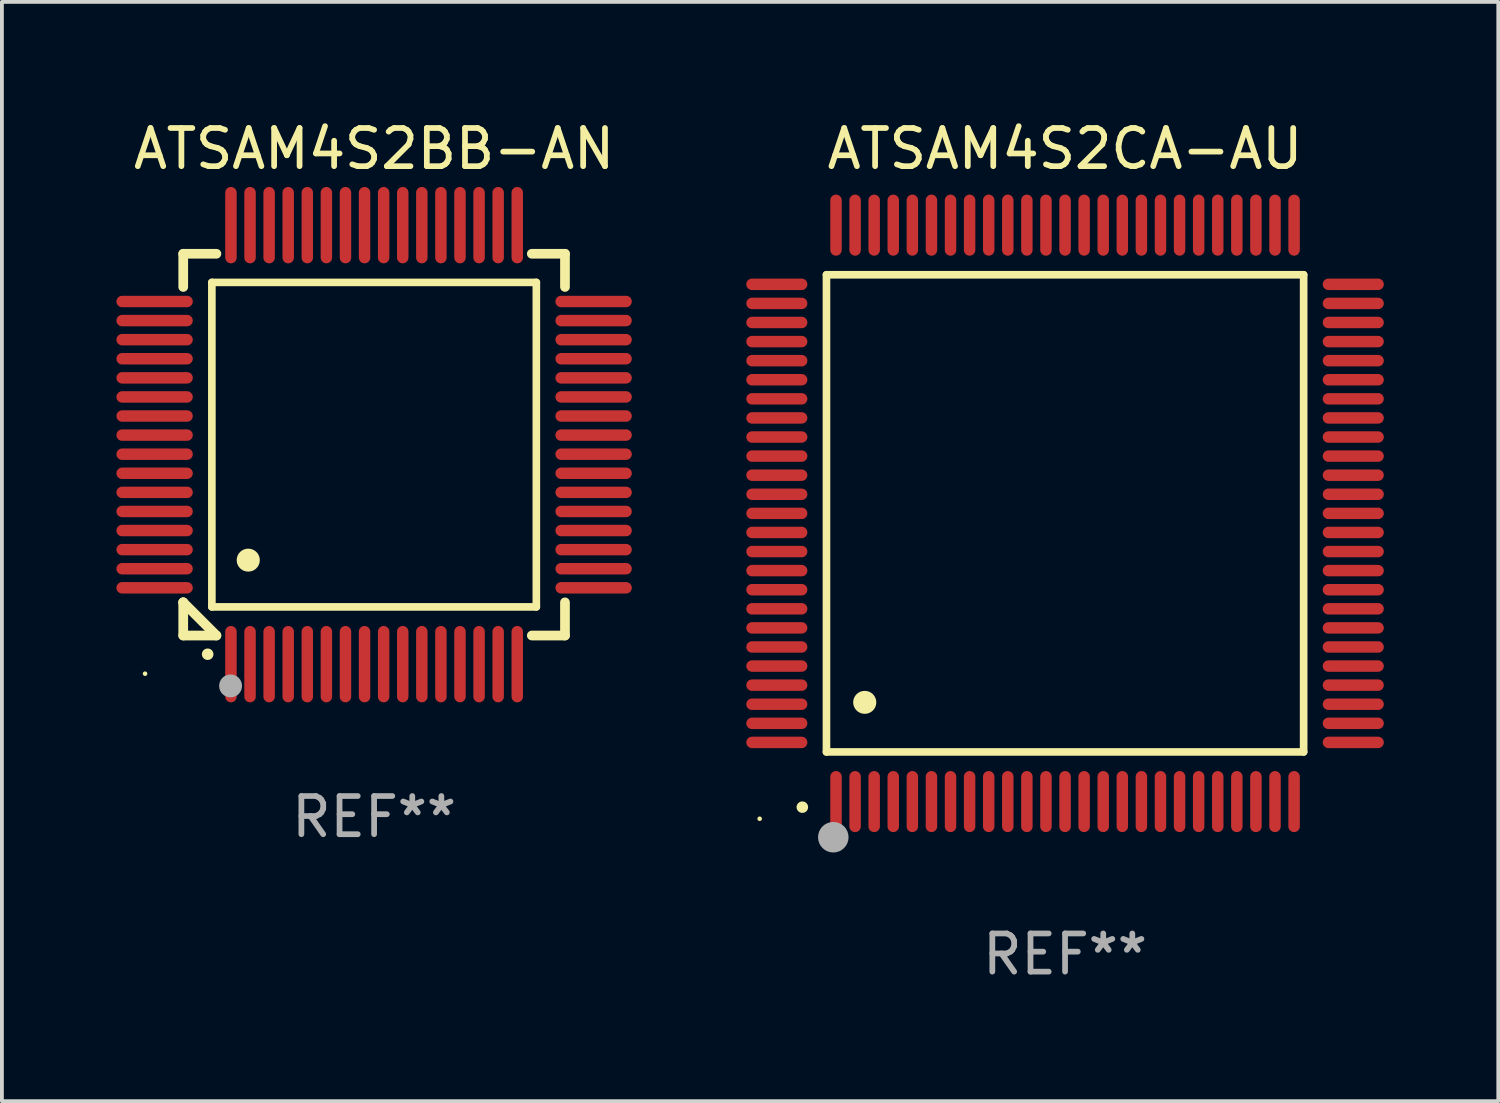
<source format=kicad_pcb>
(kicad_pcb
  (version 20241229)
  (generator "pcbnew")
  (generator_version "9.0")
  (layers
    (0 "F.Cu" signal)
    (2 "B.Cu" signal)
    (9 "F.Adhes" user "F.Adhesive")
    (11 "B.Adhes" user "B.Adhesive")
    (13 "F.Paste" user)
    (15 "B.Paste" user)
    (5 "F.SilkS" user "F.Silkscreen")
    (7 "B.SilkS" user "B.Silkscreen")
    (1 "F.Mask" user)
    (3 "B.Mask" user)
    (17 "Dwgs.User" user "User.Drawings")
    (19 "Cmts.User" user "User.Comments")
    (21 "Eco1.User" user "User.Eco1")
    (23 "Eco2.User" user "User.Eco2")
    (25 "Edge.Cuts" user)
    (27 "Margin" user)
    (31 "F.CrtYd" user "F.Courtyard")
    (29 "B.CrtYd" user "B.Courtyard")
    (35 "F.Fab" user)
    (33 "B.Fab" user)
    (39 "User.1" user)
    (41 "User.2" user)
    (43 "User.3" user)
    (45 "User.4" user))
  (footprint "ATSAM4S2CA-AU"
    (layer "F.Cu")
    (at 24.85 10.398)
    (property "Reference" "ATSAM4S2CA-AU" (at 0 -9.55 0) (layer "F.SilkS") (effects (font (size 1 1) (thickness 0.15))))
    (attr through_hole)
    (fp_line (start -6.25 -6.25) (end -6.25 6.25) (stroke (width 0.2) (type solid)) (layer "F.SilkS"))
    (fp_line (start -6.25 6.25) (end 6.25 6.25) (stroke (width 0.2) (type solid)) (layer "F.SilkS"))
    (fp_line (start 6.25 -6.25) (end -6.25 -6.25) (stroke (width 0.2) (type solid)) (layer "F.SilkS"))
    (fp_line (start 6.25 6.25) (end 6.25 -6.25) (stroke (width 0.2) (type solid)) (layer "F.SilkS"))
    (fp_arc (start -6.883414 7.696215) (mid -6.882144 7.69621) (end -6.880874 7.696215) (stroke (width 0.3) (type solid)) (layer "F.SilkS"))
    (fp_arc (start -5.250191 4.95047) (mid -5.247651 4.950459) (end -5.245111 4.95047) (stroke (width 0.6) (type solid)) (layer "F.SilkS"))
    (fp_circle (center -8 8) (end -7.97 8) (stroke (width 0.06) (type solid)) (fill no) (layer "F.SilkS"))
    (fp_circle (center -6.071 8.484) (end -5.871 8.484) (stroke (width 0.4) (type solid)) (fill no) (layer "F.Fab"))
    (fp_text user "REF**" (at 0 11.55 0) (layer "F.Fab") (effects (font (size 1 1) (thickness 0.15))))
    (pad "1" smd oval (at -6 7.55) (size 0.3 1.6) (layers "F.Cu" "F.Mask" "F.Paste"))
    (pad "2" smd oval (at -5.5 7.55) (size 0.3 1.6) (layers "F.Cu" "F.Mask" "F.Paste"))
    (pad "3" smd oval (at -5 7.55) (size 0.3 1.6) (layers "F.Cu" "F.Mask" "F.Paste"))
    (pad "4" smd oval (at -4.5 7.55) (size 0.3 1.6) (layers "F.Cu" "F.Mask" "F.Paste"))
    (pad "5" smd oval (at -4 7.55) (size 0.3 1.6) (layers "F.Cu" "F.Mask" "F.Paste"))
    (pad "6" smd oval (at -3.5 7.55) (size 0.3 1.6) (layers "F.Cu" "F.Mask" "F.Paste"))
    (pad "7" smd oval (at -3 7.55) (size 0.3 1.6) (layers "F.Cu" "F.Mask" "F.Paste"))
    (pad "8" smd oval (at -2.5 7.55) (size 0.3 1.6) (layers "F.Cu" "F.Mask" "F.Paste"))
    (pad "9" smd oval (at -2 7.55) (size 0.3 1.6) (layers "F.Cu" "F.Mask" "F.Paste"))
    (pad "10" smd oval (at -1.5 7.55) (size 0.3 1.6) (layers "F.Cu" "F.Mask" "F.Paste"))
    (pad "11" smd oval (at -1 7.55) (size 0.3 1.6) (layers "F.Cu" "F.Mask" "F.Paste"))
    (pad "12" smd oval (at -0.5 7.55) (size 0.3 1.6) (layers "F.Cu" "F.Mask" "F.Paste"))
    (pad "13" smd oval (at 0 7.55) (size 0.3 1.6) (layers "F.Cu" "F.Mask" "F.Paste"))
    (pad "14" smd oval (at 0.5 7.55) (size 0.3 1.6) (layers "F.Cu" "F.Mask" "F.Paste"))
    (pad "15" smd oval (at 1 7.55) (size 0.3 1.6) (layers "F.Cu" "F.Mask" "F.Paste"))
    (pad "16" smd oval (at 1.5 7.55) (size 0.3 1.6) (layers "F.Cu" "F.Mask" "F.Paste"))
    (pad "17" smd oval (at 2 7.55) (size 0.3 1.6) (layers "F.Cu" "F.Mask" "F.Paste"))
    (pad "18" smd oval (at 2.5 7.55) (size 0.3 1.6) (layers "F.Cu" "F.Mask" "F.Paste"))
    (pad "19" smd oval (at 3 7.55) (size 0.3 1.6) (layers "F.Cu" "F.Mask" "F.Paste"))
    (pad "20" smd oval (at 3.5 7.55) (size 0.3 1.6) (layers "F.Cu" "F.Mask" "F.Paste"))
    (pad "21" smd oval (at 4 7.55) (size 0.3 1.6) (layers "F.Cu" "F.Mask" "F.Paste"))
    (pad "22" smd oval (at 4.5 7.55) (size 0.3 1.6) (layers "F.Cu" "F.Mask" "F.Paste"))
    (pad "23" smd oval (at 5 7.55) (size 0.3 1.6) (layers "F.Cu" "F.Mask" "F.Paste"))
    (pad "24" smd oval (at 5.5 7.55) (size 0.3 1.6) (layers "F.Cu" "F.Mask" "F.Paste"))
    (pad "25" smd oval (at 6 7.55) (size 0.3 1.6) (layers "F.Cu" "F.Mask" "F.Paste"))
    (pad "26" smd oval (at 7.55 6) (size 1.6 0.3) (layers "F.Cu" "F.Mask" "F.Paste"))
    (pad "27" smd oval (at 7.55 5.5) (size 1.6 0.3) (layers "F.Cu" "F.Mask" "F.Paste"))
    (pad "28" smd oval (at 7.55 5) (size 1.6 0.3) (layers "F.Cu" "F.Mask" "F.Paste"))
    (pad "29" smd oval (at 7.55 4.5) (size 1.6 0.3) (layers "F.Cu" "F.Mask" "F.Paste"))
    (pad "30" smd oval (at 7.55 4) (size 1.6 0.3) (layers "F.Cu" "F.Mask" "F.Paste"))
    (pad "31" smd oval (at 7.55 3.5) (size 1.6 0.3) (layers "F.Cu" "F.Mask" "F.Paste"))
    (pad "32" smd oval (at 7.55 3) (size 1.6 0.3) (layers "F.Cu" "F.Mask" "F.Paste"))
    (pad "33" smd oval (at 7.55 2.5) (size 1.6 0.3) (layers "F.Cu" "F.Mask" "F.Paste"))
    (pad "34" smd oval (at 7.55 2) (size 1.6 0.3) (layers "F.Cu" "F.Mask" "F.Paste"))
    (pad "35" smd oval (at 7.55 1.5) (size 1.6 0.3) (layers "F.Cu" "F.Mask" "F.Paste"))
    (pad "36" smd oval (at 7.55 1) (size 1.6 0.3) (layers "F.Cu" "F.Mask" "F.Paste"))
    (pad "37" smd oval (at 7.55 0.5) (size 1.6 0.3) (layers "F.Cu" "F.Mask" "F.Paste"))
    (pad "38" smd oval (at 7.55 0) (size 1.6 0.3) (layers "F.Cu" "F.Mask" "F.Paste"))
    (pad "39" smd oval (at 7.55 -0.5) (size 1.6 0.3) (layers "F.Cu" "F.Mask" "F.Paste"))
    (pad "40" smd oval (at 7.55 -1) (size 1.6 0.3) (layers "F.Cu" "F.Mask" "F.Paste"))
    (pad "41" smd oval (at 7.55 -1.5) (size 1.6 0.3) (layers "F.Cu" "F.Mask" "F.Paste"))
    (pad "42" smd oval (at 7.55 -2) (size 1.6 0.3) (layers "F.Cu" "F.Mask" "F.Paste"))
    (pad "43" smd oval (at 7.55 -2.5) (size 1.6 0.3) (layers "F.Cu" "F.Mask" "F.Paste"))
    (pad "44" smd oval (at 7.55 -3) (size 1.6 0.3) (layers "F.Cu" "F.Mask" "F.Paste"))
    (pad "45" smd oval (at 7.55 -3.5) (size 1.6 0.3) (layers "F.Cu" "F.Mask" "F.Paste"))
    (pad "46" smd oval (at 7.55 -4) (size 1.6 0.3) (layers "F.Cu" "F.Mask" "F.Paste"))
    (pad "47" smd oval (at 7.55 -4.5) (size 1.6 0.3) (layers "F.Cu" "F.Mask" "F.Paste"))
    (pad "48" smd oval (at 7.55 -5) (size 1.6 0.3) (layers "F.Cu" "F.Mask" "F.Paste"))
    (pad "49" smd oval (at 7.55 -5.5) (size 1.6 0.3) (layers "F.Cu" "F.Mask" "F.Paste"))
    (pad "50" smd oval (at 7.55 -6) (size 1.6 0.3) (layers "F.Cu" "F.Mask" "F.Paste"))
    (pad "51" smd oval (at 6 -7.55) (size 0.3 1.6) (layers "F.Cu" "F.Mask" "F.Paste"))
    (pad "52" smd oval (at 5.5 -7.55) (size 0.3 1.6) (layers "F.Cu" "F.Mask" "F.Paste"))
    (pad "53" smd oval (at 5 -7.55) (size 0.3 1.6) (layers "F.Cu" "F.Mask" "F.Paste"))
    (pad "54" smd oval (at 4.5 -7.55) (size 0.3 1.6) (layers "F.Cu" "F.Mask" "F.Paste"))
    (pad "55" smd oval (at 4 -7.55) (size 0.3 1.6) (layers "F.Cu" "F.Mask" "F.Paste"))
    (pad "56" smd oval (at 3.5 -7.55) (size 0.3 1.6) (layers "F.Cu" "F.Mask" "F.Paste"))
    (pad "57" smd oval (at 3 -7.55) (size 0.3 1.6) (layers "F.Cu" "F.Mask" "F.Paste"))
    (pad "58" smd oval (at 2.5 -7.55) (size 0.3 1.6) (layers "F.Cu" "F.Mask" "F.Paste"))
    (pad "59" smd oval (at 2 -7.55) (size 0.3 1.6) (layers "F.Cu" "F.Mask" "F.Paste"))
    (pad "60" smd oval (at 1.5 -7.55) (size 0.3 1.6) (layers "F.Cu" "F.Mask" "F.Paste"))
    (pad "61" smd oval (at 1 -7.55) (size 0.3 1.6) (layers "F.Cu" "F.Mask" "F.Paste"))
    (pad "62" smd oval (at 0.5 -7.55) (size 0.3 1.6) (layers "F.Cu" "F.Mask" "F.Paste"))
    (pad "63" smd oval (at 0 -7.55) (size 0.3 1.6) (layers "F.Cu" "F.Mask" "F.Paste"))
    (pad "64" smd oval (at -0.5 -7.55) (size 0.3 1.6) (layers "F.Cu" "F.Mask" "F.Paste"))
    (pad "65" smd oval (at -1 -7.55) (size 0.3 1.6) (layers "F.Cu" "F.Mask" "F.Paste"))
    (pad "66" smd oval (at -1.5 -7.55) (size 0.3 1.6) (layers "F.Cu" "F.Mask" "F.Paste"))
    (pad "67" smd oval (at -2 -7.55) (size 0.3 1.6) (layers "F.Cu" "F.Mask" "F.Paste"))
    (pad "68" smd oval (at -2.5 -7.55) (size 0.3 1.6) (layers "F.Cu" "F.Mask" "F.Paste"))
    (pad "69" smd oval (at -3 -7.55) (size 0.3 1.6) (layers "F.Cu" "F.Mask" "F.Paste"))
    (pad "70" smd oval (at -3.5 -7.55) (size 0.3 1.6) (layers "F.Cu" "F.Mask" "F.Paste"))
    (pad "71" smd oval (at -4 -7.55) (size 0.3 1.6) (layers "F.Cu" "F.Mask" "F.Paste"))
    (pad "72" smd oval (at -4.5 -7.55) (size 0.3 1.6) (layers "F.Cu" "F.Mask" "F.Paste"))
    (pad "73" smd oval (at -5 -7.55) (size 0.3 1.6) (layers "F.Cu" "F.Mask" "F.Paste"))
    (pad "74" smd oval (at -5.5 -7.55) (size 0.3 1.6) (layers "F.Cu" "F.Mask" "F.Paste"))
    (pad "75" smd oval (at -6 -7.55) (size 0.3 1.6) (layers "F.Cu" "F.Mask" "F.Paste"))
    (pad "76" smd oval (at -7.55 -6) (size 1.6 0.3) (layers "F.Cu" "F.Mask" "F.Paste"))
    (pad "77" smd oval (at -7.55 -5.5) (size 1.6 0.3) (layers "F.Cu" "F.Mask" "F.Paste"))
    (pad "78" smd oval (at -7.55 -5) (size 1.6 0.3) (layers "F.Cu" "F.Mask" "F.Paste"))
    (pad "79" smd oval (at -7.55 -4.5) (size 1.6 0.3) (layers "F.Cu" "F.Mask" "F.Paste"))
    (pad "80" smd oval (at -7.55 -4) (size 1.6 0.3) (layers "F.Cu" "F.Mask" "F.Paste"))
    (pad "81" smd oval (at -7.55 -3.5) (size 1.6 0.3) (layers "F.Cu" "F.Mask" "F.Paste"))
    (pad "82" smd oval (at -7.55 -3) (size 1.6 0.3) (layers "F.Cu" "F.Mask" "F.Paste"))
    (pad "83" smd oval (at -7.55 -2.5) (size 1.6 0.3) (layers "F.Cu" "F.Mask" "F.Paste"))
    (pad "84" smd oval (at -7.55 -2) (size 1.6 0.3) (layers "F.Cu" "F.Mask" "F.Paste"))
    (pad "85" smd oval (at -7.55 -1.5) (size 1.6 0.3) (layers "F.Cu" "F.Mask" "F.Paste"))
    (pad "86" smd oval (at -7.55 -1) (size 1.6 0.3) (layers "F.Cu" "F.Mask" "F.Paste"))
    (pad "87" smd oval (at -7.55 -0.5) (size 1.6 0.3) (layers "F.Cu" "F.Mask" "F.Paste"))
    (pad "88" smd oval (at -7.55 0) (size 1.6 0.3) (layers "F.Cu" "F.Mask" "F.Paste"))
    (pad "89" smd oval (at -7.55 0.5) (size 1.6 0.3) (layers "F.Cu" "F.Mask" "F.Paste"))
    (pad "90" smd oval (at -7.55 1) (size 1.6 0.3) (layers "F.Cu" "F.Mask" "F.Paste"))
    (pad "91" smd oval (at -7.55 1.5) (size 1.6 0.3) (layers "F.Cu" "F.Mask" "F.Paste"))
    (pad "92" smd oval (at -7.55 2) (size 1.6 0.3) (layers "F.Cu" "F.Mask" "F.Paste"))
    (pad "93" smd oval (at -7.55 2.5) (size 1.6 0.3) (layers "F.Cu" "F.Mask" "F.Paste"))
    (pad "94" smd oval (at -7.55 3) (size 1.6 0.3) (layers "F.Cu" "F.Mask" "F.Paste"))
    (pad "95" smd oval (at -7.55 3.5) (size 1.6 0.3) (layers "F.Cu" "F.Mask" "F.Paste"))
    (pad "96" smd oval (at -7.55 4) (size 1.6 0.3) (layers "F.Cu" "F.Mask" "F.Paste"))
    (pad "97" smd oval (at -7.55 4.5) (size 1.6 0.3) (layers "F.Cu" "F.Mask" "F.Paste"))
    (pad "98" smd oval (at -7.55 5) (size 1.6 0.3) (layers "F.Cu" "F.Mask" "F.Paste"))
    (pad "99" smd oval (at -7.55 5.5) (size 1.6 0.3) (layers "F.Cu" "F.Mask" "F.Paste"))
    (pad "100" smd oval (at -7.55 6) (size 1.6 0.3) (layers "F.Cu" "F.Mask" "F.Paste")))
  (footprint "ATSAM4S2BB-AN"
    (layer "F.Cu")
    (at 6.75 8.598)
    (property "Reference" "ATSAM4S2BB-AN" (at 0 -7.75 0) (layer "F.SilkS") (effects (font (size 1 1) (thickness 0.15))))
    (attr through_hole)
    (fp_line (start -5 -5) (end -4.131 -5) (stroke (width 0.254) (type solid)) (layer "F.SilkS"))
    (fp_line (start -5 -4.131) (end -5 -5) (stroke (width 0.254) (type solid)) (layer "F.SilkS"))
    (fp_line (start -5 4.131) (end -5 4.131) (stroke (width 0.254) (type solid)) (layer "F.SilkS"))
    (fp_line (start -5 5) (end -5 4.131) (stroke (width 0.254) (type solid)) (layer "F.SilkS"))
    (fp_line (start -5 4.131) (end -4.131 5) (stroke (width 0.254) (type solid)) (layer "F.SilkS"))
    (fp_line (start -4.25 -4.25) (end -4.25 4.25) (stroke (width 0.2) (type solid)) (layer "F.SilkS"))
    (fp_line (start -4.25 4.25) (end 4.25 4.25) (stroke (width 0.2) (type solid)) (layer "F.SilkS"))
    (fp_line (start -4.131 5) (end -5 5) (stroke (width 0.254) (type solid)) (layer "F.SilkS"))
    (fp_line (start 4.25 -4.25) (end -4.25 -4.25) (stroke (width 0.2) (type solid)) (layer "F.SilkS"))
    (fp_line (start 4.25 4.25) (end 4.25 -4.25) (stroke (width 0.2) (type solid)) (layer "F.SilkS"))
    (fp_line (start 5 -5) (end 4.131 -5) (stroke (width 0.254) (type solid)) (layer "F.SilkS"))
    (fp_line (start 5 -5) (end 5 -4.131) (stroke (width 0.254) (type solid)) (layer "F.SilkS"))
    (fp_line (start 5 4.131) (end 5 5) (stroke (width 0.254) (type solid)) (layer "F.SilkS"))
    (fp_line (start 5 5) (end 4.131 5) (stroke (width 0.254) (type solid)) (layer "F.SilkS"))
    (fp_arc (start -4.361265 5.489992) (mid -4.359995 5.489987) (end -4.358725 5.489992) (stroke (width 0.3) (type solid)) (layer "F.SilkS"))
    (fp_arc (start -3.299467 3.025146) (mid -3.296927 3.025135) (end -3.294387 3.025146) (stroke (width 0.6) (type solid)) (layer "F.SilkS"))
    (fp_circle (center -6 6) (end -5.97 6) (stroke (width 0.06) (type solid)) (fill no) (layer "F.SilkS"))
    (fp_circle (center -3.76 6.32) (end -3.61 6.32) (stroke (width 0.3) (type solid)) (fill no) (layer "F.Fab"))
    (fp_text user "REF**" (at 0 9.75 0) (layer "F.Fab") (effects (font (size 1 1) (thickness 0.15))))
    (pad "1" smd oval (at -3.75 5.75) (size 0.3 2) (layers "F.Cu" "F.Mask" "F.Paste"))
    (pad "2" smd oval (at -3.25 5.75) (size 0.3 2) (layers "F.Cu" "F.Mask" "F.Paste"))
    (pad "3" smd oval (at -2.75 5.75) (size 0.3 2) (layers "F.Cu" "F.Mask" "F.Paste"))
    (pad "4" smd oval (at -2.25 5.75) (size 0.3 2) (layers "F.Cu" "F.Mask" "F.Paste"))
    (pad "5" smd oval (at -1.75 5.75) (size 0.3 2) (layers "F.Cu" "F.Mask" "F.Paste"))
    (pad "6" smd oval (at -1.25 5.75) (size 0.3 2) (layers "F.Cu" "F.Mask" "F.Paste"))
    (pad "7" smd oval (at -0.75 5.75) (size 0.3 2) (layers "F.Cu" "F.Mask" "F.Paste"))
    (pad "8" smd oval (at -0.25 5.75) (size 0.3 2) (layers "F.Cu" "F.Mask" "F.Paste"))
    (pad "9" smd oval (at 0.25 5.75) (size 0.3 2) (layers "F.Cu" "F.Mask" "F.Paste"))
    (pad "10" smd oval (at 0.75 5.75) (size 0.3 2) (layers "F.Cu" "F.Mask" "F.Paste"))
    (pad "11" smd oval (at 1.25 5.75) (size 0.3 2) (layers "F.Cu" "F.Mask" "F.Paste"))
    (pad "12" smd oval (at 1.75 5.75) (size 0.3 2) (layers "F.Cu" "F.Mask" "F.Paste"))
    (pad "13" smd oval (at 2.25 5.75) (size 0.3 2) (layers "F.Cu" "F.Mask" "F.Paste"))
    (pad "14" smd oval (at 2.75 5.75) (size 0.3 2) (layers "F.Cu" "F.Mask" "F.Paste"))
    (pad "15" smd oval (at 3.25 5.75) (size 0.3 2) (layers "F.Cu" "F.Mask" "F.Paste"))
    (pad "16" smd oval (at 3.75 5.75) (size 0.3 2) (layers "F.Cu" "F.Mask" "F.Paste"))
    (pad "17" smd oval (at 5.75 3.75) (size 2 0.3) (layers "F.Cu" "F.Mask" "F.Paste"))
    (pad "18" smd oval (at 5.75 3.25) (size 2 0.3) (layers "F.Cu" "F.Mask" "F.Paste"))
    (pad "19" smd oval (at 5.75 2.75) (size 2 0.3) (layers "F.Cu" "F.Mask" "F.Paste"))
    (pad "20" smd oval (at 5.75 2.25) (size 2 0.3) (layers "F.Cu" "F.Mask" "F.Paste"))
    (pad "21" smd oval (at 5.75 1.75) (size 2 0.3) (layers "F.Cu" "F.Mask" "F.Paste"))
    (pad "22" smd oval (at 5.75 1.25) (size 2 0.3) (layers "F.Cu" "F.Mask" "F.Paste"))
    (pad "23" smd oval (at 5.75 0.75) (size 2 0.3) (layers "F.Cu" "F.Mask" "F.Paste"))
    (pad "24" smd oval (at 5.75 0.25) (size 2 0.3) (layers "F.Cu" "F.Mask" "F.Paste"))
    (pad "25" smd oval (at 5.75 -0.25) (size 2 0.3) (layers "F.Cu" "F.Mask" "F.Paste"))
    (pad "26" smd oval (at 5.75 -0.75) (size 2 0.3) (layers "F.Cu" "F.Mask" "F.Paste"))
    (pad "27" smd oval (at 5.75 -1.25) (size 2 0.3) (layers "F.Cu" "F.Mask" "F.Paste"))
    (pad "28" smd oval (at 5.75 -1.75) (size 2 0.3) (layers "F.Cu" "F.Mask" "F.Paste"))
    (pad "29" smd oval (at 5.75 -2.25) (size 2 0.3) (layers "F.Cu" "F.Mask" "F.Paste"))
    (pad "30" smd oval (at 5.75 -2.75) (size 2 0.3) (layers "F.Cu" "F.Mask" "F.Paste"))
    (pad "31" smd oval (at 5.75 -3.25) (size 2 0.3) (layers "F.Cu" "F.Mask" "F.Paste"))
    (pad "32" smd oval (at 5.75 -3.75) (size 2 0.3) (layers "F.Cu" "F.Mask" "F.Paste"))
    (pad "33" smd oval (at 3.75 -5.75) (size 0.3 2) (layers "F.Cu" "F.Mask" "F.Paste"))
    (pad "34" smd oval (at 3.25 -5.75) (size 0.3 2) (layers "F.Cu" "F.Mask" "F.Paste"))
    (pad "35" smd oval (at 2.75 -5.75) (size 0.3 2) (layers "F.Cu" "F.Mask" "F.Paste"))
    (pad "36" smd oval (at 2.25 -5.75) (size 0.3 2) (layers "F.Cu" "F.Mask" "F.Paste"))
    (pad "37" smd oval (at 1.75 -5.75) (size 0.3 2) (layers "F.Cu" "F.Mask" "F.Paste"))
    (pad "38" smd oval (at 1.25 -5.75) (size 0.3 2) (layers "F.Cu" "F.Mask" "F.Paste"))
    (pad "39" smd oval (at 0.75 -5.75) (size 0.3 2) (layers "F.Cu" "F.Mask" "F.Paste"))
    (pad "40" smd oval (at 0.25 -5.75) (size 0.3 2) (layers "F.Cu" "F.Mask" "F.Paste"))
    (pad "41" smd oval (at -0.25 -5.75) (size 0.3 2) (layers "F.Cu" "F.Mask" "F.Paste"))
    (pad "42" smd oval (at -0.75 -5.75) (size 0.3 2) (layers "F.Cu" "F.Mask" "F.Paste"))
    (pad "43" smd oval (at -1.25 -5.75) (size 0.3 2) (layers "F.Cu" "F.Mask" "F.Paste"))
    (pad "44" smd oval (at -1.75 -5.75) (size 0.3 2) (layers "F.Cu" "F.Mask" "F.Paste"))
    (pad "45" smd oval (at -2.25 -5.75) (size 0.3 2) (layers "F.Cu" "F.Mask" "F.Paste"))
    (pad "46" smd oval (at -2.75 -5.75) (size 0.3 2) (layers "F.Cu" "F.Mask" "F.Paste"))
    (pad "47" smd oval (at -3.25 -5.75) (size 0.3 2) (layers "F.Cu" "F.Mask" "F.Paste"))
    (pad "48" smd oval (at -3.75 -5.75) (size 0.3 2) (layers "F.Cu" "F.Mask" "F.Paste"))
    (pad "49" smd oval (at -5.75 -3.75) (size 2 0.3) (layers "F.Cu" "F.Mask" "F.Paste"))
    (pad "50" smd oval (at -5.75 -3.25) (size 2 0.3) (layers "F.Cu" "F.Mask" "F.Paste"))
    (pad "51" smd oval (at -5.75 -2.75) (size 2 0.3) (layers "F.Cu" "F.Mask" "F.Paste"))
    (pad "52" smd oval (at -5.75 -2.25) (size 2 0.3) (layers "F.Cu" "F.Mask" "F.Paste"))
    (pad "53" smd oval (at -5.75 -1.75) (size 2 0.3) (layers "F.Cu" "F.Mask" "F.Paste"))
    (pad "54" smd oval (at -5.75 -1.25) (size 2 0.3) (layers "F.Cu" "F.Mask" "F.Paste"))
    (pad "55" smd oval (at -5.75 -0.75) (size 2 0.3) (layers "F.Cu" "F.Mask" "F.Paste"))
    (pad "56" smd oval (at -5.75 -0.25) (size 2 0.3) (layers "F.Cu" "F.Mask" "F.Paste"))
    (pad "57" smd oval (at -5.75 0.25) (size 2 0.3) (layers "F.Cu" "F.Mask" "F.Paste"))
    (pad "58" smd oval (at -5.75 0.75) (size 2 0.3) (layers "F.Cu" "F.Mask" "F.Paste"))
    (pad "59" smd oval (at -5.75 1.25) (size 2 0.3) (layers "F.Cu" "F.Mask" "F.Paste"))
    (pad "60" smd oval (at -5.75 1.75) (size 2 0.3) (layers "F.Cu" "F.Mask" "F.Paste"))
    (pad "61" smd oval (at -5.75 2.25) (size 2 0.3) (layers "F.Cu" "F.Mask" "F.Paste"))
    (pad "62" smd oval (at -5.75 2.75) (size 2 0.3) (layers "F.Cu" "F.Mask" "F.Paste"))
    (pad "63" smd oval (at -5.75 3.25) (size 2 0.3) (layers "F.Cu" "F.Mask" "F.Paste"))
    (pad "64" smd oval (at -5.75 3.75) (size 2 0.3) (layers "F.Cu" "F.Mask" "F.Paste")))
  (gr_rect
    (start -3 -3)
    (end 36.199 25.796)
    (stroke (width 0.1) (type default))
    (fill no)
    (layer "Edge.Cuts")))
</source>
